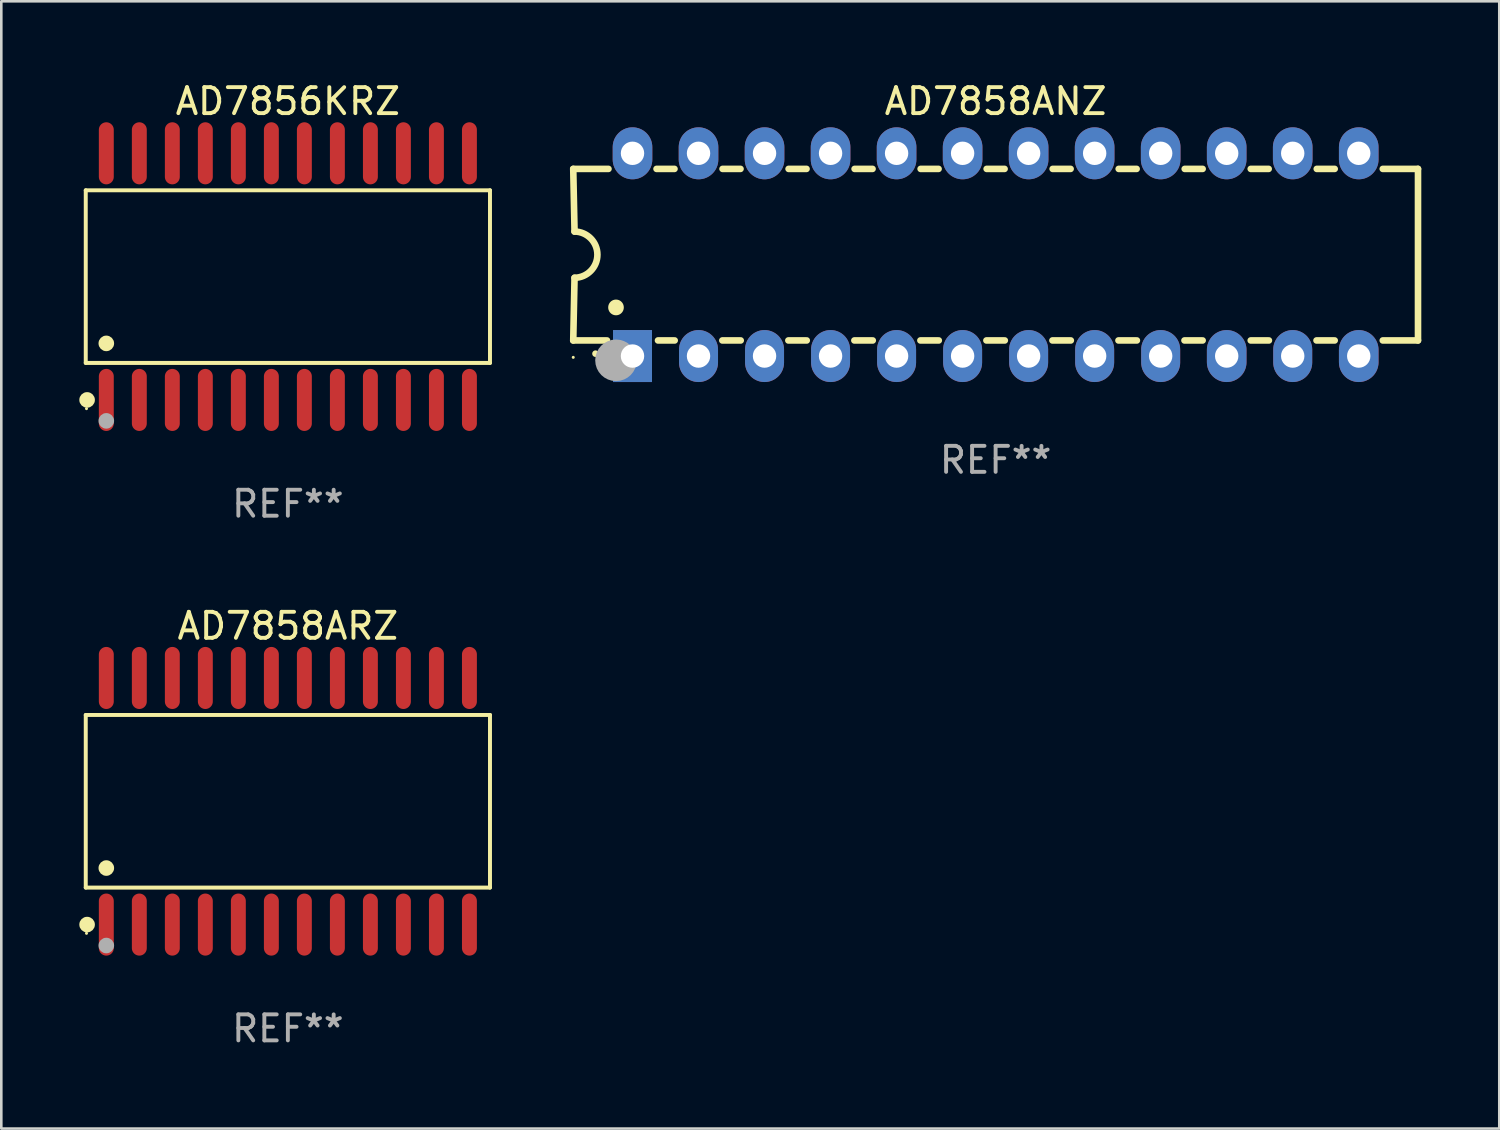
<source format=kicad_pcb>
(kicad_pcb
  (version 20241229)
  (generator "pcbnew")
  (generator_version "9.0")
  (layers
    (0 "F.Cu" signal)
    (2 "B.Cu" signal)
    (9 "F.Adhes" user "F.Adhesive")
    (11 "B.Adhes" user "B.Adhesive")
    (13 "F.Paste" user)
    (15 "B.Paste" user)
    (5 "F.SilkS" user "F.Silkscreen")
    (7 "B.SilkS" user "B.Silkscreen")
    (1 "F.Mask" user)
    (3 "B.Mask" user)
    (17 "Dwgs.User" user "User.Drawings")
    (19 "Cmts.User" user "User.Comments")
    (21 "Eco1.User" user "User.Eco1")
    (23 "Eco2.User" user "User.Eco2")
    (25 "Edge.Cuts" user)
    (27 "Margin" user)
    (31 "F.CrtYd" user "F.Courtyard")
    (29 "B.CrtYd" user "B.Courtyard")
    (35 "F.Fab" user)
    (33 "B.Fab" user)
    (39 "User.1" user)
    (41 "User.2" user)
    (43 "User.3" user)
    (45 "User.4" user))
  (footprint "AD7858ARZ"
    (layer "F.Cu")
    (at 8.025 27.777)
    (property "Reference" "AD7858ARZ" (at 0 -6.744 0) (layer "F.SilkS") (effects (font (size 1 1) (thickness 0.15))))
    (attr through_hole)
    (fp_line (start -7.776 -3.321) (end 7.776 -3.321) (stroke (width 0.152) (type solid)) (layer "F.SilkS"))
    (fp_line (start -7.776 3.321) (end -7.776 -3.321) (stroke (width 0.152) (type solid)) (layer "F.SilkS"))
    (fp_line (start 7.776 -3.321) (end 7.776 3.321) (stroke (width 0.152) (type solid)) (layer "F.SilkS"))
    (fp_line (start 7.776 3.321) (end -7.776 3.321) (stroke (width 0.152) (type solid)) (layer "F.SilkS"))
    (fp_circle (center -7.747 5.08) (end -7.717 5.08) (stroke (width 0.06) (type solid)) (fill no) (layer "F.SilkS"))
    (fp_circle (center -7.724 4.744) (end -7.574 4.744) (stroke (width 0.3) (type solid)) (fill no) (layer "F.SilkS"))
    (fp_circle (center -6.985 2.569) (end -6.835 2.569) (stroke (width 0.3) (type solid)) (fill no) (layer "F.SilkS"))
    (fp_circle (center -6.985 5.55) (end -6.835 5.55) (stroke (width 0.3) (type solid)) (fill no) (layer "F.Fab"))
    (fp_text user "REF**" (at 0 8.744 0) (layer "F.Fab") (effects (font (size 1 1) (thickness 0.15))))
    (pad "1" smd oval (at -6.985 4.744) (size 0.574 2.388) (layers "F.Cu" "F.Mask" "F.Paste"))
    (pad "2" smd oval (at -5.715 4.744) (size 0.574 2.388) (layers "F.Cu" "F.Mask" "F.Paste"))
    (pad "3" smd oval (at -4.445 4.744) (size 0.574 2.388) (layers "F.Cu" "F.Mask" "F.Paste"))
    (pad "4" smd oval (at -3.175 4.744) (size 0.574 2.388) (layers "F.Cu" "F.Mask" "F.Paste"))
    (pad "5" smd oval (at -1.905 4.744) (size 0.574 2.388) (layers "F.Cu" "F.Mask" "F.Paste"))
    (pad "6" smd oval (at -0.635 4.744) (size 0.574 2.388) (layers "F.Cu" "F.Mask" "F.Paste"))
    (pad "7" smd oval (at 0.635 4.744) (size 0.574 2.388) (layers "F.Cu" "F.Mask" "F.Paste"))
    (pad "8" smd oval (at 1.905 4.744) (size 0.574 2.388) (layers "F.Cu" "F.Mask" "F.Paste"))
    (pad "9" smd oval (at 3.175 4.744) (size 0.574 2.388) (layers "F.Cu" "F.Mask" "F.Paste"))
    (pad "10" smd oval (at 4.445 4.744) (size 0.574 2.388) (layers "F.Cu" "F.Mask" "F.Paste"))
    (pad "11" smd oval (at 5.715 4.744) (size 0.574 2.388) (layers "F.Cu" "F.Mask" "F.Paste"))
    (pad "12" smd oval (at 6.985 4.744) (size 0.574 2.388) (layers "F.Cu" "F.Mask" "F.Paste"))
    (pad "13" smd oval (at 6.985 -4.744) (size 0.574 2.388) (layers "F.Cu" "F.Mask" "F.Paste"))
    (pad "14" smd oval (at 5.715 -4.744) (size 0.574 2.388) (layers "F.Cu" "F.Mask" "F.Paste"))
    (pad "15" smd oval (at 4.445 -4.744) (size 0.574 2.388) (layers "F.Cu" "F.Mask" "F.Paste"))
    (pad "16" smd oval (at 3.175 -4.744) (size 0.574 2.388) (layers "F.Cu" "F.Mask" "F.Paste"))
    (pad "17" smd oval (at 1.905 -4.744) (size 0.574 2.388) (layers "F.Cu" "F.Mask" "F.Paste"))
    (pad "18" smd oval (at 0.635 -4.744) (size 0.574 2.388) (layers "F.Cu" "F.Mask" "F.Paste"))
    (pad "19" smd oval (at -0.635 -4.744) (size 0.574 2.388) (layers "F.Cu" "F.Mask" "F.Paste"))
    (pad "20" smd oval (at -1.905 -4.744) (size 0.574 2.388) (layers "F.Cu" "F.Mask" "F.Paste"))
    (pad "21" smd oval (at -3.175 -4.744) (size 0.574 2.388) (layers "F.Cu" "F.Mask" "F.Paste"))
    (pad "22" smd oval (at -4.445 -4.744) (size 0.574 2.388) (layers "F.Cu" "F.Mask" "F.Paste"))
    (pad "23" smd oval (at -5.715 -4.744) (size 0.574 2.388) (layers "F.Cu" "F.Mask" "F.Paste"))
    (pad "24" smd oval (at -6.985 -4.744) (size 0.574 2.388) (layers "F.Cu" "F.Mask" "F.Paste")))
  (footprint "AD7858ANZ"
    (layer "F.Cu")
    (at 35.254 6.748)
    (property "Reference" "AD7858ANZ" (at 0 -5.9 0) (layer "F.SilkS") (effects (font (size 1 1) (thickness 0.15))))
    (attr through_hole)
    (fp_line (start -16.25 -3.3) (end -16.2 -0.889) (stroke (width 0.254) (type solid)) (layer "F.SilkS"))
    (fp_line (start -16.25 -3.3) (end -14.895 -3.3) (stroke (width 0.254) (type solid)) (layer "F.SilkS"))
    (fp_line (start -16.25 3.3) (end -16.2 0.889) (stroke (width 0.254) (type solid)) (layer "F.SilkS"))
    (fp_line (start -16.25 3.3) (end -14.951 3.3) (stroke (width 0.254) (type solid)) (layer "F.SilkS"))
    (fp_line (start -13.045 -3.3) (end -12.355 -3.3) (stroke (width 0.254) (type solid)) (layer "F.SilkS"))
    (fp_line (start -12.989 3.3) (end -12.347 3.3) (stroke (width 0.254) (type solid)) (layer "F.SilkS"))
    (fp_line (start -10.514 3.3) (end -9.807 3.3) (stroke (width 0.254) (type solid)) (layer "F.SilkS"))
    (fp_line (start -10.505 -3.3) (end -9.815 -3.3) (stroke (width 0.254) (type solid)) (layer "F.SilkS"))
    (fp_line (start -7.974 3.3) (end -7.267 3.3) (stroke (width 0.254) (type solid)) (layer "F.SilkS"))
    (fp_line (start -7.965 -3.3) (end -7.275 -3.3) (stroke (width 0.254) (type solid)) (layer "F.SilkS"))
    (fp_line (start -5.434 3.3) (end -4.727 3.3) (stroke (width 0.254) (type solid)) (layer "F.SilkS"))
    (fp_line (start -5.425 -3.3) (end -4.735 -3.3) (stroke (width 0.254) (type solid)) (layer "F.SilkS"))
    (fp_line (start -2.894 3.3) (end -2.187 3.3) (stroke (width 0.254) (type solid)) (layer "F.SilkS"))
    (fp_line (start -2.885 -3.3) (end -2.195 -3.3) (stroke (width 0.254) (type solid)) (layer "F.SilkS"))
    (fp_line (start -0.354 3.3) (end 0.353 3.3) (stroke (width 0.254) (type solid)) (layer "F.SilkS"))
    (fp_line (start -0.345 -3.3) (end 0.345 -3.3) (stroke (width 0.254) (type solid)) (layer "F.SilkS"))
    (fp_line (start 2.186 3.3) (end 2.893 3.3) (stroke (width 0.254) (type solid)) (layer "F.SilkS"))
    (fp_line (start 2.195 -3.3) (end 2.885 -3.3) (stroke (width 0.254) (type solid)) (layer "F.SilkS"))
    (fp_line (start 4.726 3.3) (end 5.434 3.3) (stroke (width 0.254) (type solid)) (layer "F.SilkS"))
    (fp_line (start 4.735 -3.3) (end 5.425 -3.3) (stroke (width 0.254) (type solid)) (layer "F.SilkS"))
    (fp_line (start 7.266 3.3) (end 7.965 3.3) (stroke (width 0.254) (type solid)) (layer "F.SilkS"))
    (fp_line (start 7.275 -3.3) (end 7.965 -3.3) (stroke (width 0.254) (type solid)) (layer "F.SilkS"))
    (fp_line (start 9.815 -3.3) (end 10.505 -3.3) (stroke (width 0.254) (type solid)) (layer "F.SilkS"))
    (fp_line (start 9.815 3.3) (end 10.514 3.3) (stroke (width 0.254) (type solid)) (layer "F.SilkS"))
    (fp_line (start 12.346 3.3) (end 13.045 3.3) (stroke (width 0.254) (type solid)) (layer "F.SilkS"))
    (fp_line (start 12.355 -3.3) (end 13.045 -3.3) (stroke (width 0.254) (type solid)) (layer "F.SilkS"))
    (fp_line (start 16.25 -3.3) (end 14.895 -3.3) (stroke (width 0.254) (type solid)) (layer "F.SilkS"))
    (fp_line (start 16.25 -3.3) (end 16.25 3.3) (stroke (width 0.254) (type solid)) (layer "F.SilkS"))
    (fp_line (start 16.25 3.3) (end 14.895 3.3) (stroke (width 0.254) (type solid)) (layer "F.SilkS"))
    (fp_arc (start -16.201016 -0.890146) (mid -15.311429 -0.001055) (end -16.200025 0.889027) (stroke (width 0.254001) (type solid)) (layer "F.SilkS"))
    (fp_arc (start -15.394971 3.810033) (mid -15.394978 3.808763) (end -15.394971 3.807493) (stroke (width 0.25) (type solid)) (layer "F.SilkS"))
    (fp_arc (start -14.605029 2.032029) (mid -14.60504 2.029489) (end -14.605029 2.026949) (stroke (width 0.6) (type solid)) (layer "F.SilkS"))
    (fp_circle (center -16.25 3.95) (end -16.22 3.95) (stroke (width 0.06) (type solid)) (fill no) (layer "F.SilkS"))
    (fp_circle (center -14.605 4.064) (end -14.205 4.064) (stroke (width 0.8) (type solid)) (fill no) (layer "F.Fab"))
    (fp_text user "REF**" (at 0 7.9 0) (layer "F.Fab") (effects (font (size 1 1) (thickness 0.15))))
    (pad "1" thru_hole rect (at -13.97 3.9 90) (size 2 1.5) (drill 0.9) (layers "*.Cu" "*.Mask"))
    (pad "2" thru_hole oval (at -11.43 3.9 90) (size 2 1.5) (drill 0.9) (layers "*.Cu" "*.Mask"))
    (pad "3" thru_hole oval (at -8.89 3.9 90) (size 2 1.5) (drill 0.9) (layers "*.Cu" "*.Mask"))
    (pad "4" thru_hole oval (at -6.35 3.9 90) (size 2 1.5) (drill 0.9) (layers "*.Cu" "*.Mask"))
    (pad "5" thru_hole oval (at -3.81 3.9 90) (size 2 1.5) (drill 0.9) (layers "*.Cu" "*.Mask"))
    (pad "6" thru_hole oval (at -1.27 3.9 90) (size 2 1.5) (drill 0.9) (layers "*.Cu" "*.Mask"))
    (pad "7" thru_hole oval (at 1.27 3.9 90) (size 2 1.5) (drill 0.9) (layers "*.Cu" "*.Mask"))
    (pad "8" thru_hole oval (at 3.81 3.9 90) (size 2 1.5) (drill 0.9) (layers "*.Cu" "*.Mask"))
    (pad "9" thru_hole oval (at 6.35 3.9 90) (size 2 1.5) (drill 0.9) (layers "*.Cu" "*.Mask"))
    (pad "10" thru_hole oval (at 8.89 3.9 90) (size 2 1.524) (drill 0.9) (layers "*.Cu" "*.Mask"))
    (pad "11" thru_hole oval (at 11.43 3.9 90) (size 2 1.5) (drill 0.9) (layers "*.Cu" "*.Mask"))
    (pad "12" thru_hole oval (at 13.97 3.9 90) (size 2 1.524) (drill 0.9) (layers "*.Cu" "*.Mask"))
    (pad "13" thru_hole oval (at 13.97 -3.9 90) (size 2 1.524) (drill 0.9) (layers "*.Cu" "*.Mask"))
    (pad "14" thru_hole oval (at 11.43 -3.9 90) (size 2 1.524) (drill 0.9) (layers "*.Cu" "*.Mask"))
    (pad "15" thru_hole oval (at 8.89 -3.9 90) (size 2 1.524) (drill 0.9) (layers "*.Cu" "*.Mask"))
    (pad "16" thru_hole oval (at 6.35 -3.9 90) (size 2 1.524) (drill 0.9) (layers "*.Cu" "*.Mask"))
    (pad "17" thru_hole oval (at 3.81 -3.9 90) (size 2 1.524) (drill 0.9) (layers "*.Cu" "*.Mask"))
    (pad "18" thru_hole oval (at 1.27 -3.9 90) (size 2 1.524) (drill 0.9) (layers "*.Cu" "*.Mask"))
    (pad "19" thru_hole oval (at -1.27 -3.9 90) (size 2 1.524) (drill 0.9) (layers "*.Cu" "*.Mask"))
    (pad "20" thru_hole oval (at -3.81 -3.9 90) (size 2 1.524) (drill 0.9) (layers "*.Cu" "*.Mask"))
    (pad "21" thru_hole oval (at -6.35 -3.9 90) (size 2 1.524) (drill 0.9) (layers "*.Cu" "*.Mask"))
    (pad "22" thru_hole oval (at -8.89 -3.9 90) (size 2 1.524) (drill 0.9) (layers "*.Cu" "*.Mask"))
    (pad "23" thru_hole oval (at -11.43 -3.9 90) (size 2 1.524) (drill 0.9) (layers "*.Cu" "*.Mask"))
    (pad "24" thru_hole oval (at -13.97 -3.9 90) (size 2 1.524) (drill 0.9) (layers "*.Cu" "*.Mask")))
  (footprint "AD7856KRZ"
    (layer "F.Cu")
    (at 8.025 7.592)
    (property "Reference" "AD7856KRZ" (at 0 -6.744 0) (layer "F.SilkS") (effects (font (size 1 1) (thickness 0.15))))
    (attr through_hole)
    (fp_line (start -7.776 -3.321) (end 7.776 -3.321) (stroke (width 0.152) (type solid)) (layer "F.SilkS"))
    (fp_line (start -7.776 3.321) (end -7.776 -3.321) (stroke (width 0.152) (type solid)) (layer "F.SilkS"))
    (fp_line (start 7.776 -3.321) (end 7.776 3.321) (stroke (width 0.152) (type solid)) (layer "F.SilkS"))
    (fp_line (start 7.776 3.321) (end -7.776 3.321) (stroke (width 0.152) (type solid)) (layer "F.SilkS"))
    (fp_circle (center -7.747 5.08) (end -7.717 5.08) (stroke (width 0.06) (type solid)) (fill no) (layer "F.SilkS"))
    (fp_circle (center -7.724 4.744) (end -7.574 4.744) (stroke (width 0.3) (type solid)) (fill no) (layer "F.SilkS"))
    (fp_circle (center -6.985 2.569) (end -6.835 2.569) (stroke (width 0.3) (type solid)) (fill no) (layer "F.SilkS"))
    (fp_circle (center -6.985 5.55) (end -6.835 5.55) (stroke (width 0.3) (type solid)) (fill no) (layer "F.Fab"))
    (fp_text user "REF**" (at 0 8.744 0) (layer "F.Fab") (effects (font (size 1 1) (thickness 0.15))))
    (pad "1" smd oval (at -6.985 4.744) (size 0.574 2.388) (layers "F.Cu" "F.Mask" "F.Paste"))
    (pad "2" smd oval (at -5.715 4.744) (size 0.574 2.388) (layers "F.Cu" "F.Mask" "F.Paste"))
    (pad "3" smd oval (at -4.445 4.744) (size 0.574 2.388) (layers "F.Cu" "F.Mask" "F.Paste"))
    (pad "4" smd oval (at -3.175 4.744) (size 0.574 2.388) (layers "F.Cu" "F.Mask" "F.Paste"))
    (pad "5" smd oval (at -1.905 4.744) (size 0.574 2.388) (layers "F.Cu" "F.Mask" "F.Paste"))
    (pad "6" smd oval (at -0.635 4.744) (size 0.574 2.388) (layers "F.Cu" "F.Mask" "F.Paste"))
    (pad "7" smd oval (at 0.635 4.744) (size 0.574 2.388) (layers "F.Cu" "F.Mask" "F.Paste"))
    (pad "8" smd oval (at 1.905 4.744) (size 0.574 2.388) (layers "F.Cu" "F.Mask" "F.Paste"))
    (pad "9" smd oval (at 3.175 4.744) (size 0.574 2.388) (layers "F.Cu" "F.Mask" "F.Paste"))
    (pad "10" smd oval (at 4.445 4.744) (size 0.574 2.388) (layers "F.Cu" "F.Mask" "F.Paste"))
    (pad "11" smd oval (at 5.715 4.744) (size 0.574 2.388) (layers "F.Cu" "F.Mask" "F.Paste"))
    (pad "12" smd oval (at 6.985 4.744) (size 0.574 2.388) (layers "F.Cu" "F.Mask" "F.Paste"))
    (pad "13" smd oval (at 6.985 -4.744) (size 0.574 2.388) (layers "F.Cu" "F.Mask" "F.Paste"))
    (pad "14" smd oval (at 5.715 -4.744) (size 0.574 2.388) (layers "F.Cu" "F.Mask" "F.Paste"))
    (pad "15" smd oval (at 4.445 -4.744) (size 0.574 2.388) (layers "F.Cu" "F.Mask" "F.Paste"))
    (pad "16" smd oval (at 3.175 -4.744) (size 0.574 2.388) (layers "F.Cu" "F.Mask" "F.Paste"))
    (pad "17" smd oval (at 1.905 -4.744) (size 0.574 2.388) (layers "F.Cu" "F.Mask" "F.Paste"))
    (pad "18" smd oval (at 0.635 -4.744) (size 0.574 2.388) (layers "F.Cu" "F.Mask" "F.Paste"))
    (pad "19" smd oval (at -0.635 -4.744) (size 0.574 2.388) (layers "F.Cu" "F.Mask" "F.Paste"))
    (pad "20" smd oval (at -1.905 -4.744) (size 0.574 2.388) (layers "F.Cu" "F.Mask" "F.Paste"))
    (pad "21" smd oval (at -3.175 -4.744) (size 0.574 2.388) (layers "F.Cu" "F.Mask" "F.Paste"))
    (pad "22" smd oval (at -4.445 -4.744) (size 0.574 2.388) (layers "F.Cu" "F.Mask" "F.Paste"))
    (pad "23" smd oval (at -5.715 -4.744) (size 0.574 2.388) (layers "F.Cu" "F.Mask" "F.Paste"))
    (pad "24" smd oval (at -6.985 -4.744) (size 0.574 2.388) (layers "F.Cu" "F.Mask" "F.Paste")))
  (gr_rect
    (start -3 -3)
    (end 54.631 40.369)
    (stroke (width 0.1) (type default))
    (fill no)
    (layer "Edge.Cuts")))
</source>
